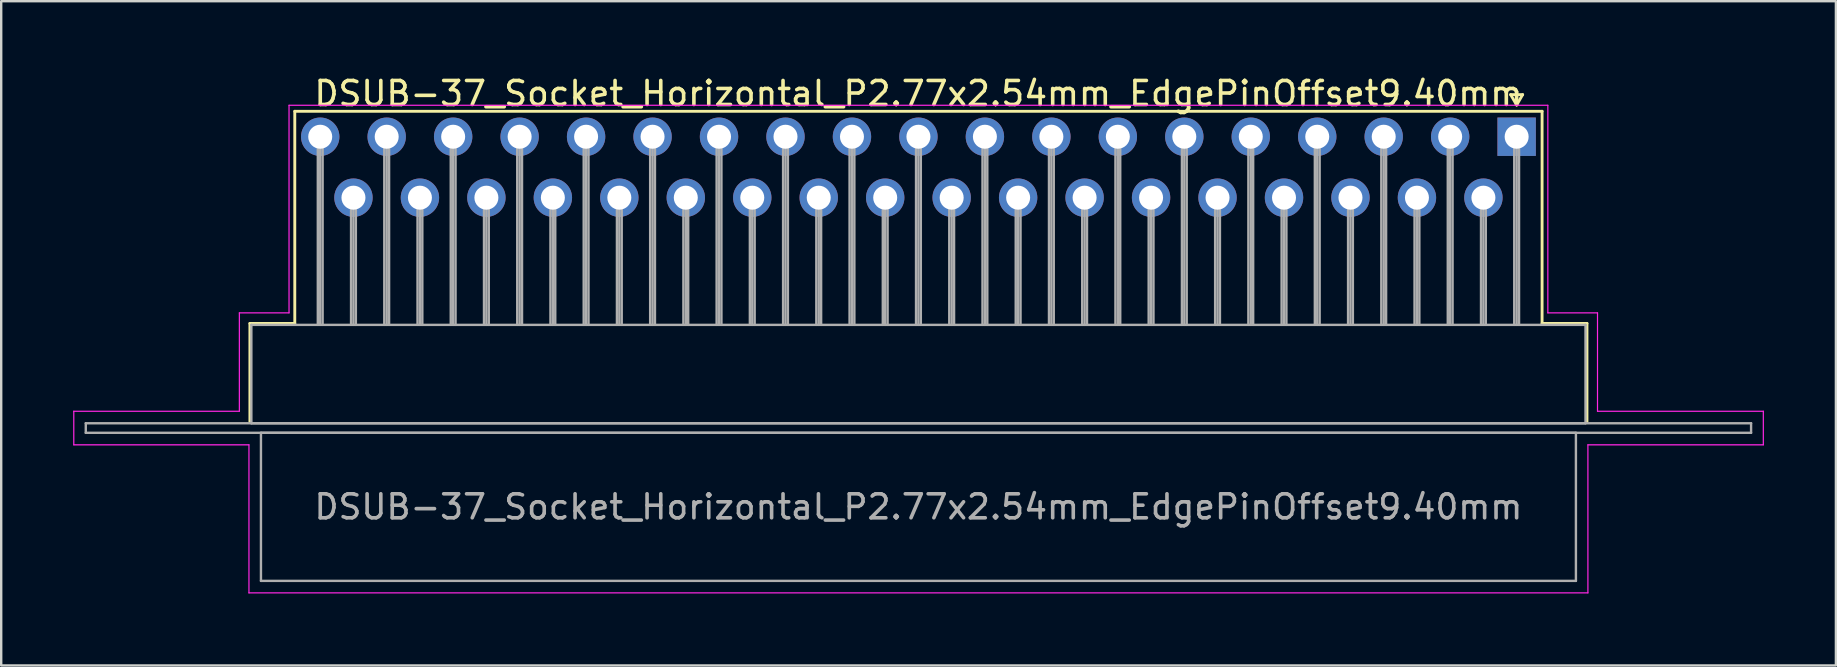
<source format=kicad_pcb>
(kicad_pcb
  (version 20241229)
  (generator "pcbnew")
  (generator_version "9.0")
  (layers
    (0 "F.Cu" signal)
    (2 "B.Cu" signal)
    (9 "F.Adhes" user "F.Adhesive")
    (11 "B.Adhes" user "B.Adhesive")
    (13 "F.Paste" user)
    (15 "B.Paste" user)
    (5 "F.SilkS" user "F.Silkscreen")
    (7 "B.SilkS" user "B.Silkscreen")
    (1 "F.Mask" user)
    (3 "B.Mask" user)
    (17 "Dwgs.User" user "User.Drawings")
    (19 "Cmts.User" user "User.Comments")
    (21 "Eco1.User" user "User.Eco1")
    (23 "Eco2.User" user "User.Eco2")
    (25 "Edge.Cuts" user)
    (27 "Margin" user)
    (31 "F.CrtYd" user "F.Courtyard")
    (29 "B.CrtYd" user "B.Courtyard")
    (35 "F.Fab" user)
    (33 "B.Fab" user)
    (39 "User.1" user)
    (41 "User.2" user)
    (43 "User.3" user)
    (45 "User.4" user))
  (footprint "DSUB-37_Socket_Horizontal_P2.77x2.54mm_EdgePinOffset9.40mm"
    (layer "F.Cu")
    (at 60.155 2.648)
    (property "Reference" "DSUB-37_Socket_Horizontal_P2.77x2.54mm_EdgePinOffset9.40mm" (at -24.93 -1.8 0) (layer "F.SilkS") (effects (font (size 1 1) (thickness 0.15))))
    (attr through_hole)
    (fp_line (start -52.79 7.78) (end -50.92 7.78) (stroke (width 0.12) (type solid)) (layer "F.SilkS"))
    (fp_line (start -52.79 11.88) (end -52.79 7.78) (stroke (width 0.12) (type solid)) (layer "F.SilkS"))
    (fp_line (start -50.92 -1.06) (end 1.06 -1.06) (stroke (width 0.12) (type solid)) (layer "F.SilkS"))
    (fp_line (start -50.92 7.78) (end -50.92 -1.06) (stroke (width 0.12) (type solid)) (layer "F.SilkS"))
    (fp_line (start -0.25 -1.754) (end 0.25 -1.754) (stroke (width 0.12) (type solid)) (layer "F.SilkS"))
    (fp_line (start 0 -1.321) (end -0.25 -1.754) (stroke (width 0.12) (type solid)) (layer "F.SilkS"))
    (fp_line (start 0.25 -1.754) (end 0 -1.321) (stroke (width 0.12) (type solid)) (layer "F.SilkS"))
    (fp_line (start 1.06 -1.06) (end 1.06 7.78) (stroke (width 0.12) (type solid)) (layer "F.SilkS"))
    (fp_line (start 1.06 7.78) (end 2.93 7.78) (stroke (width 0.12) (type solid)) (layer "F.SilkS"))
    (fp_line (start 2.93 7.78) (end 2.93 11.88) (stroke (width 0.12) (type solid)) (layer "F.SilkS"))
    (fp_line (start -60.13 11.44) (end -53.23 11.44) (stroke (width 0.05) (type solid)) (layer "F.CrtYd"))
    (fp_line (start -60.13 12.84) (end -60.13 11.44) (stroke (width 0.05) (type solid)) (layer "F.CrtYd"))
    (fp_line (start -53.23 7.34) (end -51.16 7.34) (stroke (width 0.05) (type solid)) (layer "F.CrtYd"))
    (fp_line (start -53.23 11.44) (end -53.23 7.34) (stroke (width 0.05) (type solid)) (layer "F.CrtYd"))
    (fp_line (start -52.83 12.84) (end -60.13 12.84) (stroke (width 0.05) (type solid)) (layer "F.CrtYd"))
    (fp_line (start -52.83 19.01) (end -52.83 12.84) (stroke (width 0.05) (type solid)) (layer "F.CrtYd"))
    (fp_line (start -51.16 -1.31) (end 1.3 -1.31) (stroke (width 0.05) (type solid)) (layer "F.CrtYd"))
    (fp_line (start -51.16 7.34) (end -51.16 -1.31) (stroke (width 0.05) (type solid)) (layer "F.CrtYd"))
    (fp_line (start 1.3 -1.31) (end 1.3 7.34) (stroke (width 0.05) (type solid)) (layer "F.CrtYd"))
    (fp_line (start 1.3 7.34) (end 3.37 7.34) (stroke (width 0.05) (type solid)) (layer "F.CrtYd"))
    (fp_line (start 2.97 12.84) (end 2.97 19.01) (stroke (width 0.05) (type solid)) (layer "F.CrtYd"))
    (fp_line (start 2.97 19.01) (end -52.83 19.01) (stroke (width 0.05) (type solid)) (layer "F.CrtYd"))
    (fp_line (start 3.37 7.34) (end 3.37 11.44) (stroke (width 0.05) (type solid)) (layer "F.CrtYd"))
    (fp_line (start 3.37 11.44) (end 10.28 11.44) (stroke (width 0.05) (type solid)) (layer "F.CrtYd"))
    (fp_line (start 10.28 11.44) (end 10.28 12.84) (stroke (width 0.05) (type solid)) (layer "F.CrtYd"))
    (fp_line (start 10.28 12.84) (end 2.97 12.84) (stroke (width 0.05) (type solid)) (layer "F.CrtYd"))
    (fp_line (start -59.63 11.94) (end -59.63 12.34) (stroke (width 0.1) (type solid)) (layer "F.Fab"))
    (fp_line (start -59.63 12.34) (end 9.77 12.34) (stroke (width 0.1) (type solid)) (layer "F.Fab"))
    (fp_line (start -52.73 7.84) (end -52.73 11.94) (stroke (width 0.1) (type solid)) (layer "F.Fab"))
    (fp_line (start -52.73 11.94) (end 2.87 11.94) (stroke (width 0.1) (type solid)) (layer "F.Fab"))
    (fp_line (start -52.33 12.34) (end -52.33 18.51) (stroke (width 0.1) (type solid)) (layer "F.Fab"))
    (fp_line (start -52.33 18.51) (end 2.47 18.51) (stroke (width 0.1) (type solid)) (layer "F.Fab"))
    (fp_line (start -49.96 0) (end -49.96 7.84) (stroke (width 0.1) (type solid)) (layer "F.Fab"))
    (fp_line (start -49.86 0) (end -49.86 7.84) (stroke (width 0.1) (type solid)) (layer "F.Fab"))
    (fp_line (start -49.76 0) (end -49.76 7.84) (stroke (width 0.1) (type solid)) (layer "F.Fab"))
    (fp_line (start -48.575 2.54) (end -48.575 7.84) (stroke (width 0.1) (type solid)) (layer "F.Fab"))
    (fp_line (start -48.475 2.54) (end -48.475 7.84) (stroke (width 0.1) (type solid)) (layer "F.Fab"))
    (fp_line (start -48.375 2.54) (end -48.375 7.84) (stroke (width 0.1) (type solid)) (layer "F.Fab"))
    (fp_line (start -47.19 0) (end -47.19 7.84) (stroke (width 0.1) (type solid)) (layer "F.Fab"))
    (fp_line (start -47.09 0) (end -47.09 7.84) (stroke (width 0.1) (type solid)) (layer "F.Fab"))
    (fp_line (start -46.99 0) (end -46.99 7.84) (stroke (width 0.1) (type solid)) (layer "F.Fab"))
    (fp_line (start -45.805 2.54) (end -45.805 7.84) (stroke (width 0.1) (type solid)) (layer "F.Fab"))
    (fp_line (start -45.705 2.54) (end -45.705 7.84) (stroke (width 0.1) (type solid)) (layer "F.Fab"))
    (fp_line (start -45.605 2.54) (end -45.605 7.84) (stroke (width 0.1) (type solid)) (layer "F.Fab"))
    (fp_line (start -44.42 0) (end -44.42 7.84) (stroke (width 0.1) (type solid)) (layer "F.Fab"))
    (fp_line (start -44.32 0) (end -44.32 7.84) (stroke (width 0.1) (type solid)) (layer "F.Fab"))
    (fp_line (start -44.22 0) (end -44.22 7.84) (stroke (width 0.1) (type solid)) (layer "F.Fab"))
    (fp_line (start -43.035 2.54) (end -43.035 7.84) (stroke (width 0.1) (type solid)) (layer "F.Fab"))
    (fp_line (start -42.935 2.54) (end -42.935 7.84) (stroke (width 0.1) (type solid)) (layer "F.Fab"))
    (fp_line (start -42.835 2.54) (end -42.835 7.84) (stroke (width 0.1) (type solid)) (layer "F.Fab"))
    (fp_line (start -41.65 0) (end -41.65 7.84) (stroke (width 0.1) (type solid)) (layer "F.Fab"))
    (fp_line (start -41.55 0) (end -41.55 7.84) (stroke (width 0.1) (type solid)) (layer "F.Fab"))
    (fp_line (start -41.45 0) (end -41.45 7.84) (stroke (width 0.1) (type solid)) (layer "F.Fab"))
    (fp_line (start -40.265 2.54) (end -40.265 7.84) (stroke (width 0.1) (type solid)) (layer "F.Fab"))
    (fp_line (start -40.165 2.54) (end -40.165 7.84) (stroke (width 0.1) (type solid)) (layer "F.Fab"))
    (fp_line (start -40.065 2.54) (end -40.065 7.84) (stroke (width 0.1) (type solid)) (layer "F.Fab"))
    (fp_line (start -38.88 0) (end -38.88 7.84) (stroke (width 0.1) (type solid)) (layer "F.Fab"))
    (fp_line (start -38.78 0) (end -38.78 7.84) (stroke (width 0.1) (type solid)) (layer "F.Fab"))
    (fp_line (start -38.68 0) (end -38.68 7.84) (stroke (width 0.1) (type solid)) (layer "F.Fab"))
    (fp_line (start -37.495 2.54) (end -37.495 7.84) (stroke (width 0.1) (type solid)) (layer "F.Fab"))
    (fp_line (start -37.395 2.54) (end -37.395 7.84) (stroke (width 0.1) (type solid)) (layer "F.Fab"))
    (fp_line (start -37.295 2.54) (end -37.295 7.84) (stroke (width 0.1) (type solid)) (layer "F.Fab"))
    (fp_line (start -36.11 0) (end -36.11 7.84) (stroke (width 0.1) (type solid)) (layer "F.Fab"))
    (fp_line (start -36.01 0) (end -36.01 7.84) (stroke (width 0.1) (type solid)) (layer "F.Fab"))
    (fp_line (start -35.91 0) (end -35.91 7.84) (stroke (width 0.1) (type solid)) (layer "F.Fab"))
    (fp_line (start -34.725 2.54) (end -34.725 7.84) (stroke (width 0.1) (type solid)) (layer "F.Fab"))
    (fp_line (start -34.625 2.54) (end -34.625 7.84) (stroke (width 0.1) (type solid)) (layer "F.Fab"))
    (fp_line (start -34.525 2.54) (end -34.525 7.84) (stroke (width 0.1) (type solid)) (layer "F.Fab"))
    (fp_line (start -33.34 0) (end -33.34 7.84) (stroke (width 0.1) (type solid)) (layer "F.Fab"))
    (fp_line (start -33.24 0) (end -33.24 7.84) (stroke (width 0.1) (type solid)) (layer "F.Fab"))
    (fp_line (start -33.14 0) (end -33.14 7.84) (stroke (width 0.1) (type solid)) (layer "F.Fab"))
    (fp_line (start -31.955 2.54) (end -31.955 7.84) (stroke (width 0.1) (type solid)) (layer "F.Fab"))
    (fp_line (start -31.855 2.54) (end -31.855 7.84) (stroke (width 0.1) (type solid)) (layer "F.Fab"))
    (fp_line (start -31.755 2.54) (end -31.755 7.84) (stroke (width 0.1) (type solid)) (layer "F.Fab"))
    (fp_line (start -30.57 0) (end -30.57 7.84) (stroke (width 0.1) (type solid)) (layer "F.Fab"))
    (fp_line (start -30.47 0) (end -30.47 7.84) (stroke (width 0.1) (type solid)) (layer "F.Fab"))
    (fp_line (start -30.37 0) (end -30.37 7.84) (stroke (width 0.1) (type solid)) (layer "F.Fab"))
    (fp_line (start -29.185 2.54) (end -29.185 7.84) (stroke (width 0.1) (type solid)) (layer "F.Fab"))
    (fp_line (start -29.085 2.54) (end -29.085 7.84) (stroke (width 0.1) (type solid)) (layer "F.Fab"))
    (fp_line (start -28.985 2.54) (end -28.985 7.84) (stroke (width 0.1) (type solid)) (layer "F.Fab"))
    (fp_line (start -27.8 0) (end -27.8 7.84) (stroke (width 0.1) (type solid)) (layer "F.Fab"))
    (fp_line (start -27.7 0) (end -27.7 7.84) (stroke (width 0.1) (type solid)) (layer "F.Fab"))
    (fp_line (start -27.6 0) (end -27.6 7.84) (stroke (width 0.1) (type solid)) (layer "F.Fab"))
    (fp_line (start -26.415 2.54) (end -26.415 7.84) (stroke (width 0.1) (type solid)) (layer "F.Fab"))
    (fp_line (start -26.315 2.54) (end -26.315 7.84) (stroke (width 0.1) (type solid)) (layer "F.Fab"))
    (fp_line (start -26.215 2.54) (end -26.215 7.84) (stroke (width 0.1) (type solid)) (layer "F.Fab"))
    (fp_line (start -25.03 0) (end -25.03 7.84) (stroke (width 0.1) (type solid)) (layer "F.Fab"))
    (fp_line (start -24.93 0) (end -24.93 7.84) (stroke (width 0.1) (type solid)) (layer "F.Fab"))
    (fp_line (start -24.83 0) (end -24.83 7.84) (stroke (width 0.1) (type solid)) (layer "F.Fab"))
    (fp_line (start -23.645 2.54) (end -23.645 7.84) (stroke (width 0.1) (type solid)) (layer "F.Fab"))
    (fp_line (start -23.545 2.54) (end -23.545 7.84) (stroke (width 0.1) (type solid)) (layer "F.Fab"))
    (fp_line (start -23.445 2.54) (end -23.445 7.84) (stroke (width 0.1) (type solid)) (layer "F.Fab"))
    (fp_line (start -22.26 0) (end -22.26 7.84) (stroke (width 0.1) (type solid)) (layer "F.Fab"))
    (fp_line (start -22.16 0) (end -22.16 7.84) (stroke (width 0.1) (type solid)) (layer "F.Fab"))
    (fp_line (start -22.06 0) (end -22.06 7.84) (stroke (width 0.1) (type solid)) (layer "F.Fab"))
    (fp_line (start -20.875 2.54) (end -20.875 7.84) (stroke (width 0.1) (type solid)) (layer "F.Fab"))
    (fp_line (start -20.775 2.54) (end -20.775 7.84) (stroke (width 0.1) (type solid)) (layer "F.Fab"))
    (fp_line (start -20.675 2.54) (end -20.675 7.84) (stroke (width 0.1) (type solid)) (layer "F.Fab"))
    (fp_line (start -19.49 0) (end -19.49 7.84) (stroke (width 0.1) (type solid)) (layer "F.Fab"))
    (fp_line (start -19.39 0) (end -19.39 7.84) (stroke (width 0.1) (type solid)) (layer "F.Fab"))
    (fp_line (start -19.29 0) (end -19.29 7.84) (stroke (width 0.1) (type solid)) (layer "F.Fab"))
    (fp_line (start -18.105 2.54) (end -18.105 7.84) (stroke (width 0.1) (type solid)) (layer "F.Fab"))
    (fp_line (start -18.005 2.54) (end -18.005 7.84) (stroke (width 0.1) (type solid)) (layer "F.Fab"))
    (fp_line (start -17.905 2.54) (end -17.905 7.84) (stroke (width 0.1) (type solid)) (layer "F.Fab"))
    (fp_line (start -16.72 0) (end -16.72 7.84) (stroke (width 0.1) (type solid)) (layer "F.Fab"))
    (fp_line (start -16.62 0) (end -16.62 7.84) (stroke (width 0.1) (type solid)) (layer "F.Fab"))
    (fp_line (start -16.52 0) (end -16.52 7.84) (stroke (width 0.1) (type solid)) (layer "F.Fab"))
    (fp_line (start -15.335 2.54) (end -15.335 7.84) (stroke (width 0.1) (type solid)) (layer "F.Fab"))
    (fp_line (start -15.235 2.54) (end -15.235 7.84) (stroke (width 0.1) (type solid)) (layer "F.Fab"))
    (fp_line (start -15.135 2.54) (end -15.135 7.84) (stroke (width 0.1) (type solid)) (layer "F.Fab"))
    (fp_line (start -13.95 0) (end -13.95 7.84) (stroke (width 0.1) (type solid)) (layer "F.Fab"))
    (fp_line (start -13.85 0) (end -13.85 7.84) (stroke (width 0.1) (type solid)) (layer "F.Fab"))
    (fp_line (start -13.75 0) (end -13.75 7.84) (stroke (width 0.1) (type solid)) (layer "F.Fab"))
    (fp_line (start -12.565 2.54) (end -12.565 7.84) (stroke (width 0.1) (type solid)) (layer "F.Fab"))
    (fp_line (start -12.465 2.54) (end -12.465 7.84) (stroke (width 0.1) (type solid)) (layer "F.Fab"))
    (fp_line (start -12.365 2.54) (end -12.365 7.84) (stroke (width 0.1) (type solid)) (layer "F.Fab"))
    (fp_line (start -11.18 0) (end -11.18 7.84) (stroke (width 0.1) (type solid)) (layer "F.Fab"))
    (fp_line (start -11.08 0) (end -11.08 7.84) (stroke (width 0.1) (type solid)) (layer "F.Fab"))
    (fp_line (start -10.98 0) (end -10.98 7.84) (stroke (width 0.1) (type solid)) (layer "F.Fab"))
    (fp_line (start -9.795 2.54) (end -9.795 7.84) (stroke (width 0.1) (type solid)) (layer "F.Fab"))
    (fp_line (start -9.695 2.54) (end -9.695 7.84) (stroke (width 0.1) (type solid)) (layer "F.Fab"))
    (fp_line (start -9.595 2.54) (end -9.595 7.84) (stroke (width 0.1) (type solid)) (layer "F.Fab"))
    (fp_line (start -8.41 0) (end -8.41 7.84) (stroke (width 0.1) (type solid)) (layer "F.Fab"))
    (fp_line (start -8.31 0) (end -8.31 7.84) (stroke (width 0.1) (type solid)) (layer "F.Fab"))
    (fp_line (start -8.21 0) (end -8.21 7.84) (stroke (width 0.1) (type solid)) (layer "F.Fab"))
    (fp_line (start -7.025 2.54) (end -7.025 7.84) (stroke (width 0.1) (type solid)) (layer "F.Fab"))
    (fp_line (start -6.925 2.54) (end -6.925 7.84) (stroke (width 0.1) (type solid)) (layer "F.Fab"))
    (fp_line (start -6.825 2.54) (end -6.825 7.84) (stroke (width 0.1) (type solid)) (layer "F.Fab"))
    (fp_line (start -5.64 0) (end -5.64 7.84) (stroke (width 0.1) (type solid)) (layer "F.Fab"))
    (fp_line (start -5.54 0) (end -5.54 7.84) (stroke (width 0.1) (type solid)) (layer "F.Fab"))
    (fp_line (start -5.44 0) (end -5.44 7.84) (stroke (width 0.1) (type solid)) (layer "F.Fab"))
    (fp_line (start -4.255 2.54) (end -4.255 7.84) (stroke (width 0.1) (type solid)) (layer "F.Fab"))
    (fp_line (start -4.155 2.54) (end -4.155 7.84) (stroke (width 0.1) (type solid)) (layer "F.Fab"))
    (fp_line (start -4.055 2.54) (end -4.055 7.84) (stroke (width 0.1) (type solid)) (layer "F.Fab"))
    (fp_line (start -2.87 0) (end -2.87 7.84) (stroke (width 0.1) (type solid)) (layer "F.Fab"))
    (fp_line (start -2.77 0) (end -2.77 7.84) (stroke (width 0.1) (type solid)) (layer "F.Fab"))
    (fp_line (start -2.67 0) (end -2.67 7.84) (stroke (width 0.1) (type solid)) (layer "F.Fab"))
    (fp_line (start -1.485 2.54) (end -1.485 7.84) (stroke (width 0.1) (type solid)) (layer "F.Fab"))
    (fp_line (start -1.385 2.54) (end -1.385 7.84) (stroke (width 0.1) (type solid)) (layer "F.Fab"))
    (fp_line (start -1.285 2.54) (end -1.285 7.84) (stroke (width 0.1) (type solid)) (layer "F.Fab"))
    (fp_line (start -0.1 0) (end -0.1 7.84) (stroke (width 0.1) (type solid)) (layer "F.Fab"))
    (fp_line (start 0 0) (end 0 7.84) (stroke (width 0.1) (type solid)) (layer "F.Fab"))
    (fp_line (start 0.1 0) (end 0.1 7.84) (stroke (width 0.1) (type solid)) (layer "F.Fab"))
    (fp_line (start 2.47 12.34) (end -52.33 12.34) (stroke (width 0.1) (type solid)) (layer "F.Fab"))
    (fp_line (start 2.47 18.51) (end 2.47 12.34) (stroke (width 0.1) (type solid)) (layer "F.Fab"))
    (fp_line (start 2.87 7.84) (end -52.73 7.84) (stroke (width 0.1) (type solid)) (layer "F.Fab"))
    (fp_line (start 2.87 11.94) (end 2.87 7.84) (stroke (width 0.1) (type solid)) (layer "F.Fab"))
    (fp_line (start 9.77 11.94) (end -59.63 11.94) (stroke (width 0.1) (type solid)) (layer "F.Fab"))
    (fp_line (start 9.77 12.34) (end 9.77 11.94) (stroke (width 0.1) (type solid)) (layer "F.Fab"))
    (fp_text user "${REFERENCE}" (at -24.93 15.425 0) (layer "F.Fab") (effects (font (size 1 1) (thickness 0.15))))
    (pad "1" thru_hole rect (at 0 0) (size 1.6 1.6) (drill 1) (layers "*.Cu" "*.Mask"))
    (pad "2" thru_hole circle (at -2.77 0) (size 1.6 1.6) (drill 1) (layers "*.Cu" "*.Mask"))
    (pad "3" thru_hole circle (at -5.54 0) (size 1.6 1.6) (drill 1) (layers "*.Cu" "*.Mask"))
    (pad "4" thru_hole circle (at -8.31 0) (size 1.6 1.6) (drill 1) (layers "*.Cu" "*.Mask"))
    (pad "5" thru_hole circle (at -11.08 0) (size 1.6 1.6) (drill 1) (layers "*.Cu" "*.Mask"))
    (pad "6" thru_hole circle (at -13.85 0) (size 1.6 1.6) (drill 1) (layers "*.Cu" "*.Mask"))
    (pad "7" thru_hole circle (at -16.62 0) (size 1.6 1.6) (drill 1) (layers "*.Cu" "*.Mask"))
    (pad "8" thru_hole circle (at -19.39 0) (size 1.6 1.6) (drill 1) (layers "*.Cu" "*.Mask"))
    (pad "9" thru_hole circle (at -22.16 0) (size 1.6 1.6) (drill 1) (layers "*.Cu" "*.Mask"))
    (pad "10" thru_hole circle (at -24.93 0) (size 1.6 1.6) (drill 1) (layers "*.Cu" "*.Mask"))
    (pad "11" thru_hole circle (at -27.7 0) (size 1.6 1.6) (drill 1) (layers "*.Cu" "*.Mask"))
    (pad "12" thru_hole circle (at -30.47 0) (size 1.6 1.6) (drill 1) (layers "*.Cu" "*.Mask"))
    (pad "13" thru_hole circle (at -33.24 0) (size 1.6 1.6) (drill 1) (layers "*.Cu" "*.Mask"))
    (pad "14" thru_hole circle (at -36.01 0) (size 1.6 1.6) (drill 1) (layers "*.Cu" "*.Mask"))
    (pad "15" thru_hole circle (at -38.78 0) (size 1.6 1.6) (drill 1) (layers "*.Cu" "*.Mask"))
    (pad "16" thru_hole circle (at -41.55 0) (size 1.6 1.6) (drill 1) (layers "*.Cu" "*.Mask"))
    (pad "17" thru_hole circle (at -44.32 0) (size 1.6 1.6) (drill 1) (layers "*.Cu" "*.Mask"))
    (pad "18" thru_hole circle (at -47.09 0) (size 1.6 1.6) (drill 1) (layers "*.Cu" "*.Mask"))
    (pad "19" thru_hole circle (at -49.86 0) (size 1.6 1.6) (drill 1) (layers "*.Cu" "*.Mask"))
    (pad "20" thru_hole circle (at -1.385 2.54) (size 1.6 1.6) (drill 1) (layers "*.Cu" "*.Mask"))
    (pad "21" thru_hole circle (at -4.155 2.54) (size 1.6 1.6) (drill 1) (layers "*.Cu" "*.Mask"))
    (pad "22" thru_hole circle (at -6.925 2.54) (size 1.6 1.6) (drill 1) (layers "*.Cu" "*.Mask"))
    (pad "23" thru_hole circle (at -9.695 2.54) (size 1.6 1.6) (drill 1) (layers "*.Cu" "*.Mask"))
    (pad "24" thru_hole circle (at -12.465 2.54) (size 1.6 1.6) (drill 1) (layers "*.Cu" "*.Mask"))
    (pad "25" thru_hole circle (at -15.235 2.54) (size 1.6 1.6) (drill 1) (layers "*.Cu" "*.Mask"))
    (pad "26" thru_hole circle (at -18.005 2.54) (size 1.6 1.6) (drill 1) (layers "*.Cu" "*.Mask"))
    (pad "27" thru_hole circle (at -20.775 2.54) (size 1.6 1.6) (drill 1) (layers "*.Cu" "*.Mask"))
    (pad "28" thru_hole circle (at -23.545 2.54) (size 1.6 1.6) (drill 1) (layers "*.Cu" "*.Mask"))
    (pad "29" thru_hole circle (at -26.315 2.54) (size 1.6 1.6) (drill 1) (layers "*.Cu" "*.Mask"))
    (pad "30" thru_hole circle (at -29.085 2.54) (size 1.6 1.6) (drill 1) (layers "*.Cu" "*.Mask"))
    (pad "31" thru_hole circle (at -31.855 2.54) (size 1.6 1.6) (drill 1) (layers "*.Cu" "*.Mask"))
    (pad "32" thru_hole circle (at -34.625 2.54) (size 1.6 1.6) (drill 1) (layers "*.Cu" "*.Mask"))
    (pad "33" thru_hole circle (at -37.395 2.54) (size 1.6 1.6) (drill 1) (layers "*.Cu" "*.Mask"))
    (pad "34" thru_hole circle (at -40.165 2.54) (size 1.6 1.6) (drill 1) (layers "*.Cu" "*.Mask"))
    (pad "35" thru_hole circle (at -42.935 2.54) (size 1.6 1.6) (drill 1) (layers "*.Cu" "*.Mask"))
    (pad "36" thru_hole circle (at -45.705 2.54) (size 1.6 1.6) (drill 1) (layers "*.Cu" "*.Mask"))
    (pad "37" thru_hole circle (at -48.475 2.54) (size 1.6 1.6) (drill 1) (layers "*.Cu" "*.Mask")))
  (gr_rect
    (start -3 -3)
    (end 73.46 24.683)
    (stroke (width 0.1) (type default))
    (fill no)
    (layer "Edge.Cuts")))
</source>
